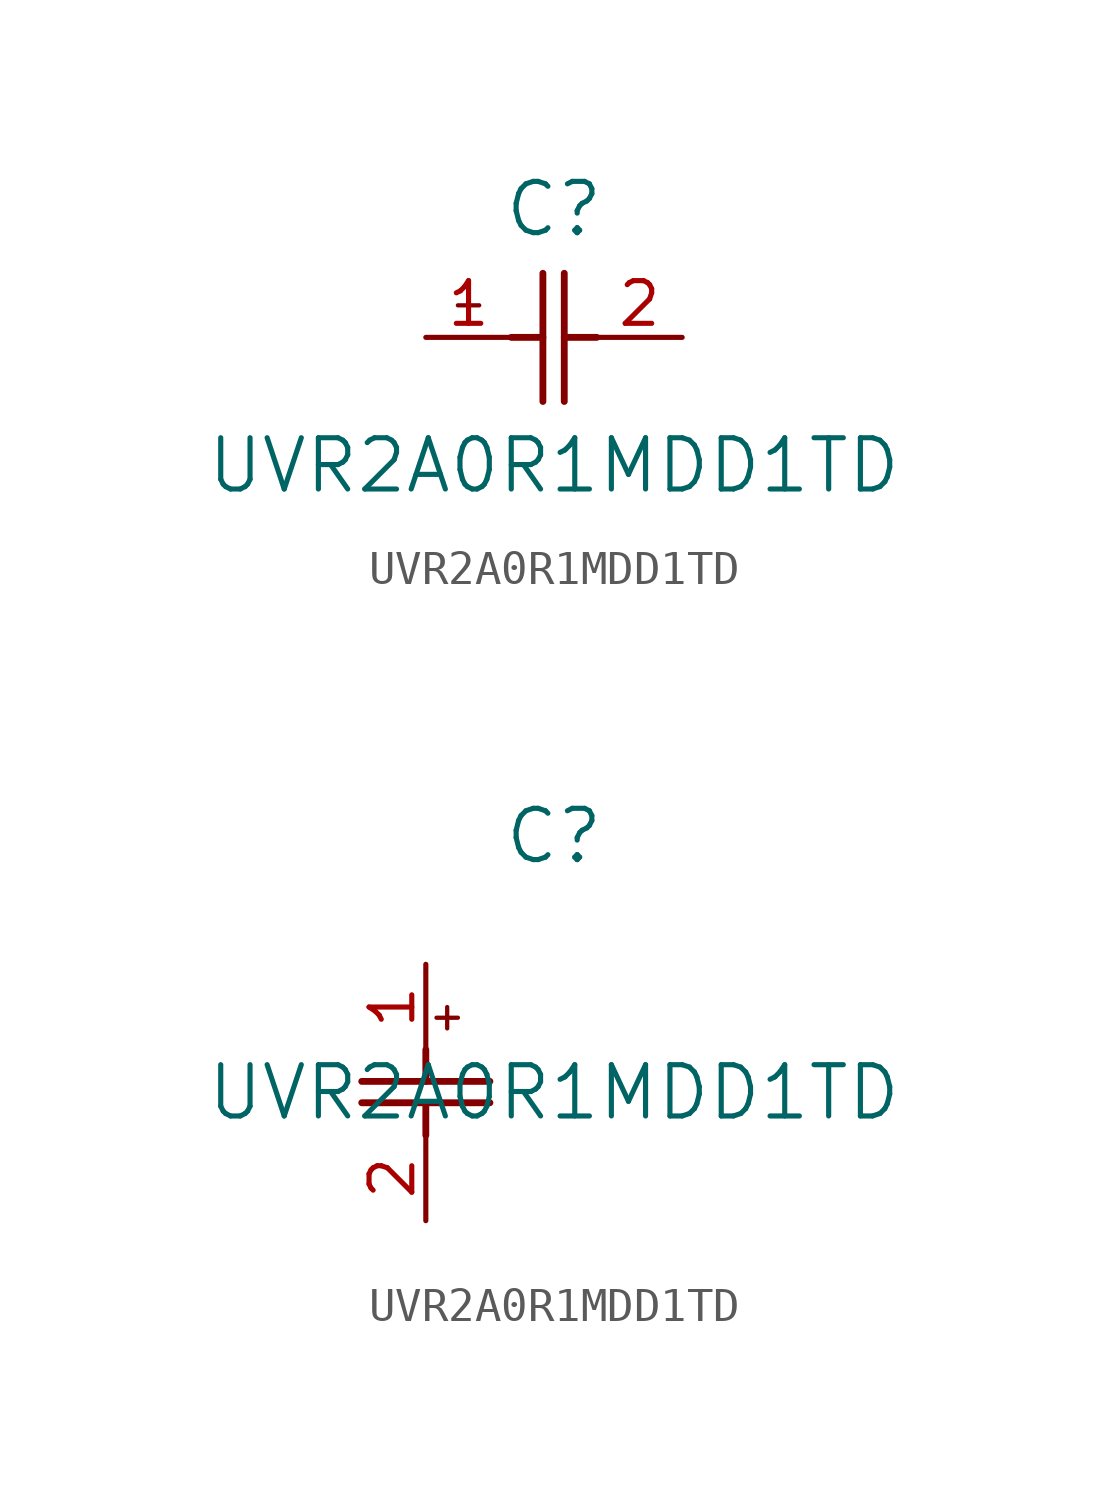
<source format=kicad_sym>
(kicad_symbol_lib
  (version 20211014)
  (generator kicad_symbol_editor)
  (symbol "UVR2A0R1MDD1TD"
    (pin_names
      (offset 0.254))
    (property "Reference" "C"
      (at 3.81 3.81 0)
      (effects (font (size 1.524 1.524))))
    (property "Value" "UVR2A0R1MDD1TD"
      (at 3.81 -3.81 0)
      (effects (font (size 1.524 1.524))))
    (symbol "UVR2A0R1MDD1TD_1_1"
      (polyline (pts (xy 3.48 -1.905) (xy 3.48 1.905)) (stroke (width 0.203) (type default) (color 0 0 0 0)) (fill (type none)))
      (polyline (pts (xy 4.115 -1.905) (xy 4.115 1.905)) (stroke (width 0.203) (type default) (color 0 0 0 0)) (fill (type none)))
      (polyline (pts (xy 4.115 0) (xy 5.08 0)) (stroke (width 0.203) (type default) (color 0 0 0 0)) (fill (type none)))
      (polyline (pts (xy 2.54 0) (xy 3.48 0)) (stroke (width 0.203) (type default) (color 0 0 0 0)) (fill (type none)))
      (polyline (pts (xy 1.27 1.27) (xy 1.27 0.635)) (stroke (width 0.127) (type default) (color 0 0 0 0)) (fill (type none)))
      (polyline (pts (xy 0.953 0.953) (xy 1.587 0.953)) (stroke (width 0.127) (type default) (color 0 0 0 0)) (fill (type none)))
      (pin unspecified line (at 0 0 0) (length 2.54) (name "" (effects (font (size 1.27 1.27)))) (number "1" (effects (font (size 1.27 1.27)))))
      (pin unspecified line (at 7.62 0 180) (length 2.54) (name "" (effects (font (size 1.27 1.27)))) (number "2" (effects (font (size 1.27 1.27))))))
    (symbol "UVR2A0R1MDD1TD_1_2"
      (polyline (pts (xy -1.905 -3.48) (xy 1.905 -3.48)) (stroke (width 0.203) (type default) (color 0 0 0 0)) (fill (type none)))
      (polyline (pts (xy -1.905 -4.115) (xy 1.905 -4.115)) (stroke (width 0.203) (type default) (color 0 0 0 0)) (fill (type none)))
      (polyline (pts (xy 0 -4.115) (xy 0 -5.08)) (stroke (width 0.203) (type default) (color 0 0 0 0)) (fill (type none)))
      (polyline (pts (xy 0 -2.54) (xy 0 -3.48)) (stroke (width 0.203) (type default) (color 0 0 0 0)) (fill (type none)))
      (polyline (pts (xy 0.635 -1.27) (xy 0.635 -1.905)) (stroke (width 0.127) (type default) (color 0 0 0 0)) (fill (type none)))
      (polyline (pts (xy 0.318 -1.587) (xy 0.953 -1.587)) (stroke (width 0.127) (type default) (color 0 0 0 0)) (fill (type none)))
      (pin unspecified line (at 0 0 270) (length 2.54) (name "" (effects (font (size 1.27 1.27)))) (number "1" (effects (font (size 1.27 1.27)))))
      (pin unspecified line (at 0 -7.62 90) (length 2.54) (name "" (effects (font (size 1.27 1.27)))) (number "2" (effects (font (size 1.27 1.27))))))))
</source>
